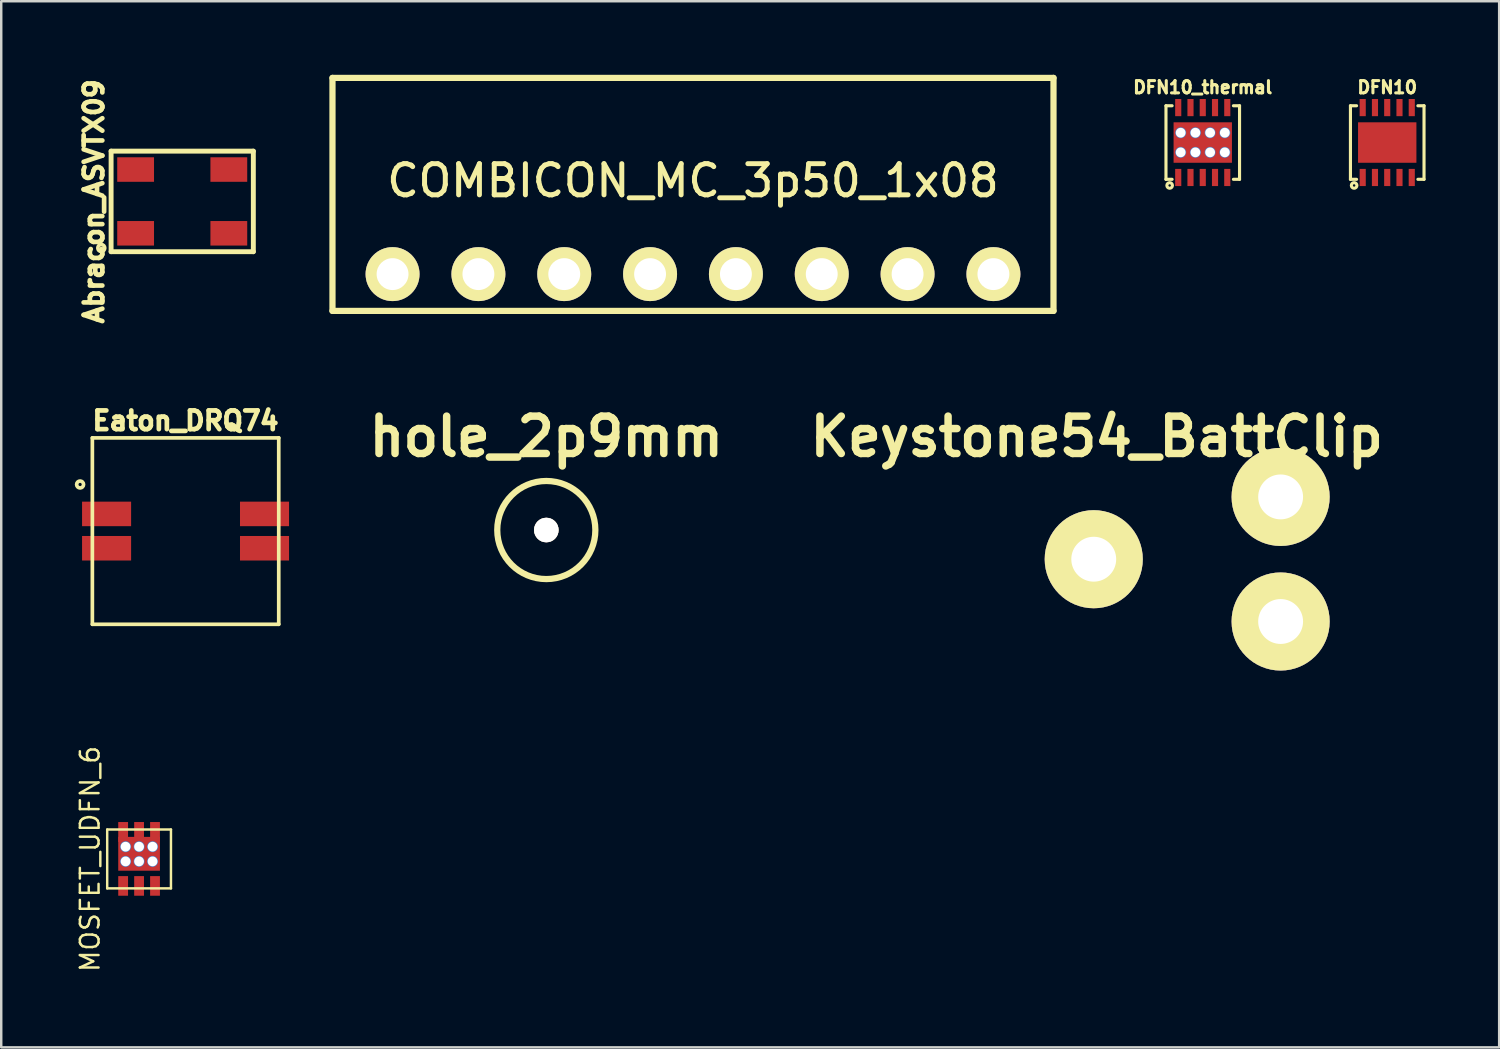
<source format=kicad_pcb>
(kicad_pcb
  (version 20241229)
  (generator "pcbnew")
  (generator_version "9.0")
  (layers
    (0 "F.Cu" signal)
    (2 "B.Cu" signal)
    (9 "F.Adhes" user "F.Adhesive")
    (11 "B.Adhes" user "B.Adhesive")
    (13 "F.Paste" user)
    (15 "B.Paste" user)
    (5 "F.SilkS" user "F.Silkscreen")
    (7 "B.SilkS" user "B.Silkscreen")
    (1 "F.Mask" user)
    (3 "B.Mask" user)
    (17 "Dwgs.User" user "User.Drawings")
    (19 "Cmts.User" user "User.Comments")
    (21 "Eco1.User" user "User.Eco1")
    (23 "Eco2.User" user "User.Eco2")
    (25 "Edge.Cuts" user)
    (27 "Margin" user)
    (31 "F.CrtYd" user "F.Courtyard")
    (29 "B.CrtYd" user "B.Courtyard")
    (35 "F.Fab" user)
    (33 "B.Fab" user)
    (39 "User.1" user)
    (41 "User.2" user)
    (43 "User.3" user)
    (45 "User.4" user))
  (footprint "hole_2p9mm"
    (layer "F.Cu")
    (at 19.226 18.562)
    (property "Reference" "hole_2p9mm" (at 0 -3.81 0) (layer "F.SilkS") (effects (font (size 1.524 1.524) (thickness 0.305))))
    (attr through_hole)
    (fp_circle (center 0 0) (end 2 0) (stroke (width 0.254) (type solid)) (fill no) (layer "F.SilkS"))
    (pad "1" thru_hole circle (at 0 0) (size 1 1) (drill 2.9) (layers "*.Cu" "*.Mask" "F.SilkS")))
  (footprint "COMBICON_MC_3p50_1x08"
    (layer "F.Cu")
    (at 25.207 8.127)
    (property "Reference" "COMBICON_MC_3p50_1x08" (at 0 -3.81 0) (layer "F.SilkS") (effects (font (size 1.27 1.27) (thickness 0.203))))
    (attr through_hole)
    (fp_line (start -14.7 -8) (end 14.7 -8) (stroke (width 0.254) (type solid)) (layer "F.SilkS"))
    (fp_line (start -14.7 1.5) (end -14.7 -8) (stroke (width 0.254) (type solid)) (layer "F.SilkS"))
    (fp_line (start 14.7 -8) (end 14.7 1.5) (stroke (width 0.254) (type solid)) (layer "F.SilkS"))
    (fp_line (start 14.7 1.5) (end -14.7 1.5) (stroke (width 0.254) (type solid)) (layer "F.SilkS"))
    (pad "1" thru_hole oval (at -12.25 0) (size 2.2 2.2) (drill 1.3) (layers "*.Cu" "*.Mask" "F.SilkS"))
    (pad "2" thru_hole oval (at -8.75 0) (size 2.2 2.2) (drill 1.3) (layers "*.Cu" "*.Mask" "F.SilkS"))
    (pad "3" thru_hole oval (at -5.25 0) (size 2.2 2.2) (drill 1.3) (layers "*.Cu" "*.Mask" "F.SilkS"))
    (pad "4" thru_hole oval (at -1.75 0) (size 2.2 2.2) (drill 1.3) (layers "*.Cu" "*.Mask" "F.SilkS"))
    (pad "5" thru_hole oval (at 1.75 0) (size 2.2 2.2) (drill 1.3) (layers "*.Cu" "*.Mask" "F.SilkS"))
    (pad "6" thru_hole oval (at 5.25 0) (size 2.2 2.2) (drill 1.3) (layers "*.Cu" "*.Mask" "F.SilkS"))
    (pad "7" thru_hole oval (at 8.75 0) (size 2.2 2.2) (drill 1.3) (layers "*.Cu" "*.Mask" "F.SilkS"))
    (pad "8" thru_hole oval (at 12.25 0) (size 2.2 2.2) (drill 1.3) (layers "*.Cu" "*.Mask" "F.SilkS")))
  (footprint "Eaton_DRQ74"
    (layer "F.Cu")
    (at 4.516 18.605)
    (property "Reference" "Eaton_DRQ74" (at 0 -4.5 0) (layer "F.SilkS") (effects (font (size 0.762 0.762) (thickness 0.191))))
    (attr smd)
    (fp_line (start -3.8 -3.8) (end 3.8 -3.8) (stroke (width 0.15) (type solid)) (layer "F.SilkS"))
    (fp_line (start -3.8 3.8) (end -3.8 -3.8) (stroke (width 0.15) (type solid)) (layer "F.SilkS"))
    (fp_line (start 3.8 -3.8) (end 3.8 3.8) (stroke (width 0.15) (type solid)) (layer "F.SilkS"))
    (fp_line (start 3.8 3.8) (end -3.8 3.8) (stroke (width 0.15) (type solid)) (layer "F.SilkS"))
    (fp_circle (center -4.3 -1.9) (end -4.2 -1.8) (stroke (width 0.15) (type solid)) (fill no) (layer "F.SilkS"))
    (pad "1" smd rect (at -3.22 -0.7) (size 2 1) (layers "F.Cu" "F.Mask" "F.Paste"))
    (pad "2" smd rect (at -3.22 0.7) (size 2 1) (layers "F.Cu" "F.Mask" "F.Paste"))
    (pad "3" smd rect (at 3.22 0.7) (size 2 1) (layers "F.Cu" "F.Mask" "F.Paste"))
    (pad "4" smd rect (at 3.22 -0.7) (size 2 1) (layers "F.Cu" "F.Mask" "F.Paste")))
  (footprint "Keystone54_BattClip"
    (layer "F.Cu")
    (at 49.168 19.752)
    (property "Reference" "Keystone54_BattClip" (at -7.5 -5 0) (layer "F.SilkS") (effects (font (size 1.524 1.524) (thickness 0.305))))
    (attr through_hole)
    (pad "1" thru_hole circle (at -7.62 0) (size 4 4) (drill 1.83) (layers "*.Cu" "*.Mask" "F.SilkS"))
    (pad "1" thru_hole circle (at 0 -2.54) (size 4 4) (drill 1.83) (layers "*.Cu" "*.Mask" "F.SilkS"))
    (pad "1" thru_hole circle (at 0 2.54) (size 4 4) (drill 1.83) (layers "*.Cu" "*.Mask" "F.SilkS")))
  (footprint "MOSFET_UDFN_6"
    (layer "F.Cu")
    (at 2.621 31.974)
    (property "Reference" "MOSFET_UDFN_6" (at -2 0 90) (layer "F.SilkS") (effects (font (size 0.762 0.762) (thickness 0.1))))
    (attr smd)
    (fp_line (start -1.3 -1.2) (end 1.3 -1.2) (stroke (width 0.1) (type solid)) (layer "F.SilkS"))
    (fp_line (start -1.3 1.2) (end -1.3 -1.2) (stroke (width 0.1) (type solid)) (layer "F.SilkS"))
    (fp_line (start 1.3 -1.2) (end 1.3 1.2) (stroke (width 0.1) (type solid)) (layer "F.SilkS"))
    (fp_line (start 1.3 1.2) (end -1.3 1.2) (stroke (width 0.1) (type solid)) (layer "F.SilkS"))
    (pad "D" smd rect (at -0.65 -1.1) (size 0.4 0.81) (layers "F.Cu" "F.Mask" "F.Paste"))
    (pad "D" thru_hole circle (at -0.55 -0.5) (size 0.45 0.45) (drill 0.4) (layers "*.Cu" "F.Mask"))
    (pad "D" thru_hole circle (at -0.55 0.1) (size 0.45 0.45) (drill 0.4) (layers "*.Cu" "F.Mask"))
    (pad "D" smd rect (at 0 -1.1) (size 0.4 0.81) (layers "F.Cu" "F.Mask" "F.Paste"))
    (pad "D" thru_hole circle (at 0 -0.5) (size 0.45 0.45) (drill 0.4) (layers "*.Cu" "F.Mask"))
    (pad "D" smd rect (at 0 -0.21) (size 1.7 1.38) (layers "F.Cu" "F.Mask" "F.Paste"))
    (pad "D" thru_hole circle (at 0 0.1) (size 0.45 0.45) (drill 0.4) (layers "*.Cu" "F.Mask"))
    (pad "D" thru_hole circle (at 0.55 -0.5) (size 0.45 0.45) (drill 0.4) (layers "*.Cu" "F.Mask"))
    (pad "D" thru_hole circle (at 0.55 0.1) (size 0.45 0.45) (drill 0.4) (layers "*.Cu" "F.Mask"))
    (pad "D" smd rect (at 0.65 -1.1) (size 0.4 0.81) (layers "F.Cu" "F.Mask" "F.Paste"))
    (pad "G" smd rect (at 0.65 1.1) (size 0.4 0.8) (layers "F.Cu" "F.Mask" "F.Paste"))
    (pad "S" smd rect (at -0.65 1.1) (size 0.4 0.8) (layers "F.Cu" "F.Mask" "F.Paste"))
    (pad "S" smd rect (at 0 1.1) (size 0.4 0.8) (layers "F.Cu" "F.Mask" "F.Paste")))
  (footprint "DFN10"
    (layer "F.Cu")
    (at 53.515 2.762)
    (property "Reference" "DFN10" (at 0 -2.25 0) (layer "F.SilkS") (effects (font (size 0.5 0.5) (thickness 0.125))))
    (attr smd)
    (fp_line (start -1.5 -1.5) (end -1.5 1.5) (stroke (width 0.127) (type solid)) (layer "F.SilkS"))
    (fp_line (start -1.5 -1.5) (end -1.25 -1.5) (stroke (width 0.127) (type solid)) (layer "F.SilkS"))
    (fp_line (start -1.5 1.5) (end -1.25 1.5) (stroke (width 0.127) (type solid)) (layer "F.SilkS"))
    (fp_line (start 1.5 -1.5) (end 1.25 -1.5) (stroke (width 0.127) (type solid)) (layer "F.SilkS"))
    (fp_line (start 1.5 -1.5) (end 1.5 1.5) (stroke (width 0.127) (type solid)) (layer "F.SilkS"))
    (fp_line (start 1.5 1.5) (end 1.25 1.5) (stroke (width 0.127) (type solid)) (layer "F.SilkS"))
    (fp_circle (center -1.35 1.75) (end -1.3 1.75) (stroke (width 0.127) (type solid)) (fill no) (layer "F.SilkS"))
    (pad "1" smd rect (at -1 1.425) (size 0.25 0.7) (layers "F.Cu" "F.Mask" "F.Paste"))
    (pad "2" smd rect (at -0.5 1.425) (size 0.25 0.7) (layers "F.Cu" "F.Mask" "F.Paste"))
    (pad "3" smd rect (at 0 1.425) (size 0.25 0.7) (layers "F.Cu" "F.Mask" "F.Paste"))
    (pad "4" smd rect (at 0.5 1.425) (size 0.25 0.7) (layers "F.Cu" "F.Mask" "F.Paste"))
    (pad "5" smd rect (at 1 1.425) (size 0.25 0.7) (layers "F.Cu" "F.Mask" "F.Paste"))
    (pad "6" smd rect (at 1 -1.425) (size 0.25 0.7) (layers "F.Cu" "F.Mask" "F.Paste"))
    (pad "7" smd rect (at 0.5 -1.425) (size 0.25 0.7) (layers "F.Cu" "F.Mask" "F.Paste"))
    (pad "8" smd rect (at 0 -1.425) (size 0.25 0.7) (layers "F.Cu" "F.Mask" "F.Paste"))
    (pad "9" smd rect (at -0.5 -1.425) (size 0.25 0.7) (layers "F.Cu" "F.Mask" "F.Paste"))
    (pad "10" smd rect (at -1 -1.425) (size 0.25 0.7) (layers "F.Cu" "F.Mask" "F.Paste"))
    (pad "11" smd rect (at 0 0) (size 2.38 1.65) (layers "F.Cu" "F.Mask" "F.Paste")))
  (footprint "DFN10_thermal"
    (layer "F.Cu")
    (at 45.993 2.762)
    (property "Reference" "DFN10_thermal" (at 0 -2.25 0) (layer "F.SilkS") (effects (font (size 0.5 0.5) (thickness 0.125))))
    (attr smd)
    (fp_line (start -1.5 -1.5) (end -1.5 1.5) (stroke (width 0.127) (type solid)) (layer "F.SilkS"))
    (fp_line (start -1.5 -1.5) (end -1.25 -1.5) (stroke (width 0.127) (type solid)) (layer "F.SilkS"))
    (fp_line (start -1.5 1.5) (end -1.25 1.5) (stroke (width 0.127) (type solid)) (layer "F.SilkS"))
    (fp_line (start 1.5 -1.5) (end 1.25 -1.5) (stroke (width 0.127) (type solid)) (layer "F.SilkS"))
    (fp_line (start 1.5 -1.5) (end 1.5 1.5) (stroke (width 0.127) (type solid)) (layer "F.SilkS"))
    (fp_line (start 1.5 1.5) (end 1.25 1.5) (stroke (width 0.127) (type solid)) (layer "F.SilkS"))
    (fp_circle (center -1.35 1.75) (end -1.3 1.75) (stroke (width 0.127) (type solid)) (fill no) (layer "F.SilkS"))
    (pad "1" smd rect (at -1 1.425) (size 0.25 0.7) (layers "F.Cu" "F.Mask" "F.Paste"))
    (pad "2" smd rect (at -0.5 1.425) (size 0.25 0.7) (layers "F.Cu" "F.Mask" "F.Paste"))
    (pad "3" smd rect (at 0 1.425) (size 0.25 0.7) (layers "F.Cu" "F.Mask" "F.Paste"))
    (pad "4" smd rect (at 0.5 1.425) (size 0.25 0.7) (layers "F.Cu" "F.Mask" "F.Paste"))
    (pad "5" smd rect (at 1 1.425) (size 0.25 0.7) (layers "F.Cu" "F.Mask" "F.Paste"))
    (pad "6" smd rect (at 1 -1.425) (size 0.25 0.7) (layers "F.Cu" "F.Mask" "F.Paste"))
    (pad "7" smd rect (at 0.5 -1.425) (size 0.25 0.7) (layers "F.Cu" "F.Mask" "F.Paste"))
    (pad "8" smd rect (at 0 -1.425) (size 0.25 0.7) (layers "F.Cu" "F.Mask" "F.Paste"))
    (pad "9" smd rect (at -0.5 -1.425) (size 0.25 0.7) (layers "F.Cu" "F.Mask" "F.Paste"))
    (pad "10" smd rect (at -1 -1.425) (size 0.25 0.7) (layers "F.Cu" "F.Mask" "F.Paste"))
    (pad "11" thru_hole circle (at -0.9 -0.4) (size 0.45 0.45) (drill 0.4) (layers "*.Cu" "F.Mask"))
    (pad "11" thru_hole circle (at -0.9 0.4) (size 0.45 0.45) (drill 0.4) (layers "*.Cu" "F.Mask"))
    (pad "11" thru_hole circle (at -0.3 -0.4) (size 0.45 0.45) (drill 0.4) (layers "*.Cu" "F.Mask"))
    (pad "11" thru_hole circle (at -0.3 0.4) (size 0.45 0.45) (drill 0.4) (layers "*.Cu" "F.Mask"))
    (pad "11" smd rect (at 0 0) (size 2.38 1.65) (layers "F.Cu" "F.Mask" "F.Paste"))
    (pad "11" thru_hole circle (at 0.3 -0.4) (size 0.45 0.45) (drill 0.4) (layers "*.Cu" "F.Mask"))
    (pad "11" thru_hole circle (at 0.3 0.4) (size 0.45 0.45) (drill 0.4) (layers "*.Cu" "F.Mask"))
    (pad "11" thru_hole circle (at 0.9 -0.4) (size 0.45 0.45) (drill 0.4) (layers "*.Cu" "F.Mask"))
    (pad "11" thru_hole circle (at 0.9 0.4) (size 0.45 0.45) (drill 0.4) (layers "*.Cu" "F.Mask")))
  (footprint "Abracon_ASVTX09"
    (layer "F.Cu")
    (at 4.38 5.163)
    (property "Reference" "Abracon_ASVTX09" (at -3.6 0 90) (layer "F.SilkS") (effects (font (size 0.762 0.762) (thickness 0.191))))
    (attr smd)
    (fp_line (start -2.9 -2.05) (end 2.9 -2.05) (stroke (width 0.2) (type solid)) (layer "F.SilkS"))
    (fp_line (start -2.9 2.05) (end -2.9 -2.05) (stroke (width 0.2) (type solid)) (layer "F.SilkS"))
    (fp_line (start 2.9 -2.05) (end 2.9 2.05) (stroke (width 0.2) (type solid)) (layer "F.SilkS"))
    (fp_line (start 2.9 2.05) (end -2.9 2.05) (stroke (width 0.2) (type solid)) (layer "F.SilkS"))
    (fp_circle (center -3.3 1.9) (end -3.4 2) (stroke (width 0.15) (type solid)) (fill no) (layer "F.SilkS"))
    (pad "1" smd rect (at -1.9 1.3) (size 1.5 1) (layers "F.Cu" "F.Mask" "F.Paste"))
    (pad "2" smd rect (at 1.9 1.3) (size 1.5 1) (layers "F.Cu" "F.Mask" "F.Paste"))
    (pad "3" smd rect (at 1.9 -1.3) (size 1.5 1) (layers "F.Cu" "F.Mask" "F.Paste"))
    (pad "4" smd rect (at -1.9 -1.3) (size 1.5 1) (layers "F.Cu" "F.Mask" "F.Paste")))
  (gr_rect
    (start -3 -3)
    (end 58.079 39.656)
    (stroke (width 0.1) (type default))
    (fill no)
    (layer "Edge.Cuts")))
</source>
